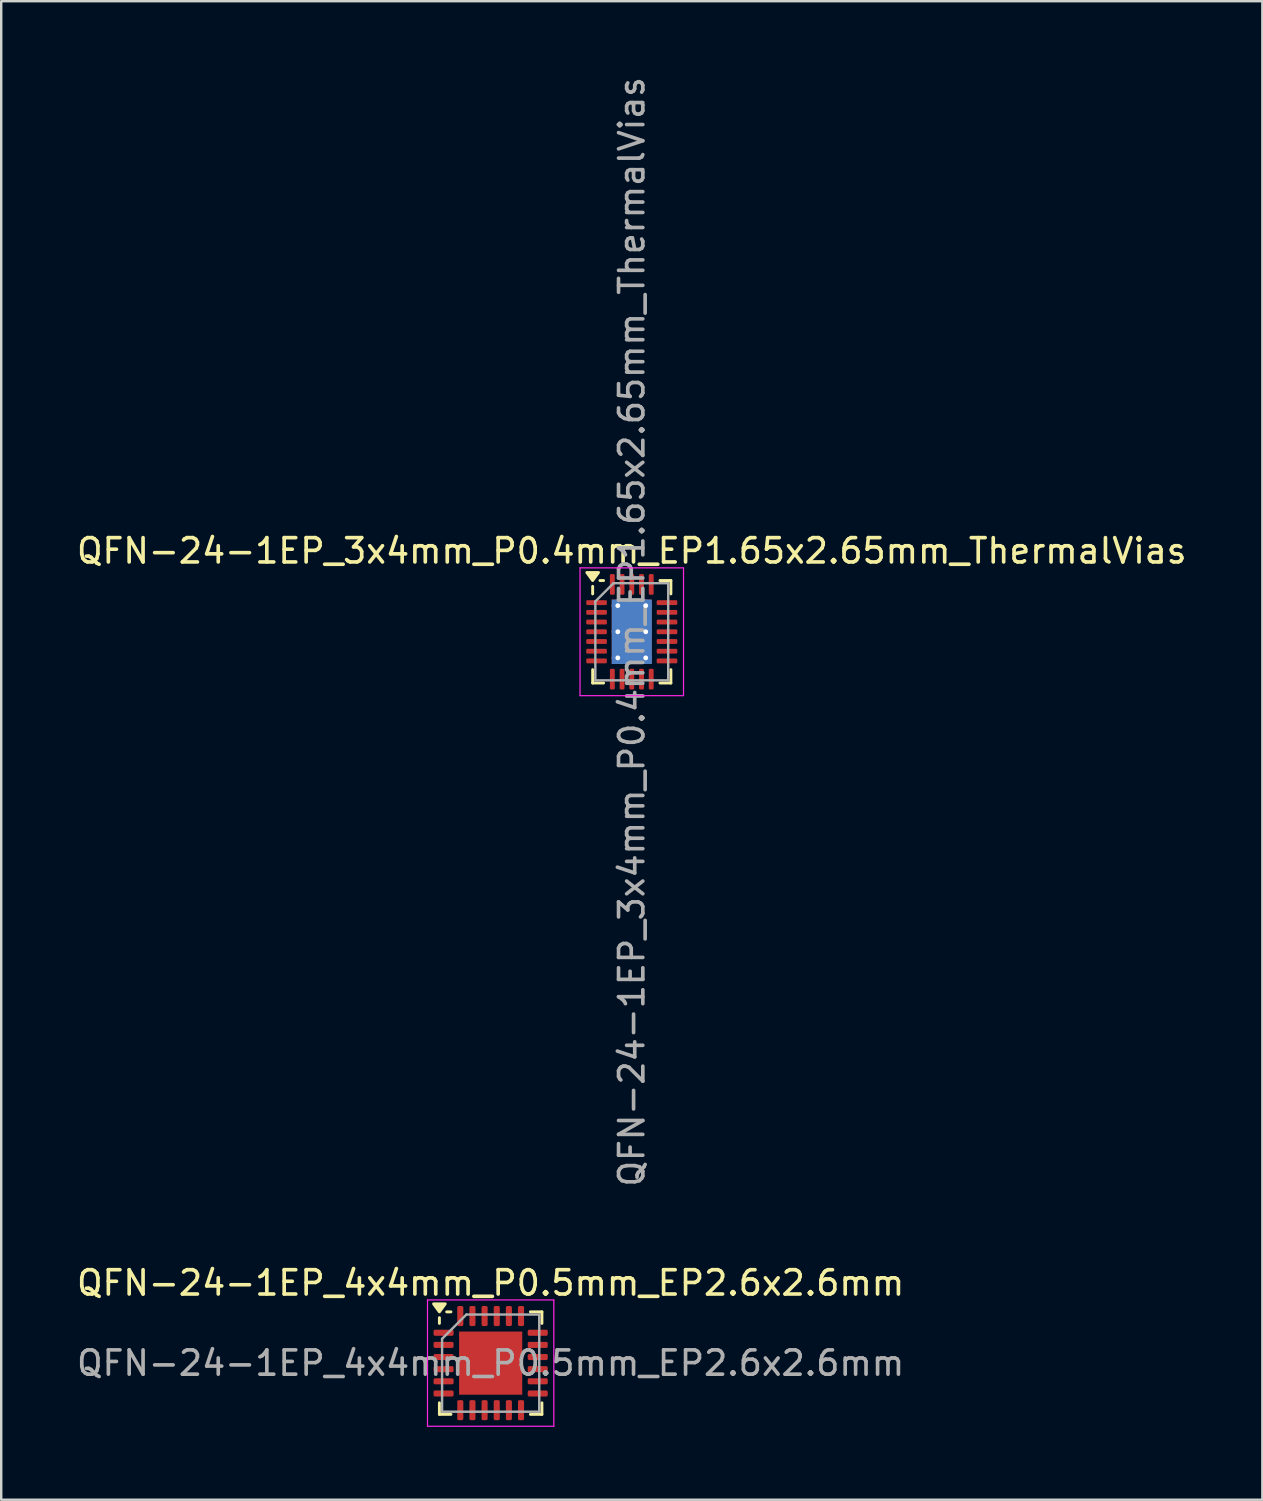
<source format=kicad_pcb>
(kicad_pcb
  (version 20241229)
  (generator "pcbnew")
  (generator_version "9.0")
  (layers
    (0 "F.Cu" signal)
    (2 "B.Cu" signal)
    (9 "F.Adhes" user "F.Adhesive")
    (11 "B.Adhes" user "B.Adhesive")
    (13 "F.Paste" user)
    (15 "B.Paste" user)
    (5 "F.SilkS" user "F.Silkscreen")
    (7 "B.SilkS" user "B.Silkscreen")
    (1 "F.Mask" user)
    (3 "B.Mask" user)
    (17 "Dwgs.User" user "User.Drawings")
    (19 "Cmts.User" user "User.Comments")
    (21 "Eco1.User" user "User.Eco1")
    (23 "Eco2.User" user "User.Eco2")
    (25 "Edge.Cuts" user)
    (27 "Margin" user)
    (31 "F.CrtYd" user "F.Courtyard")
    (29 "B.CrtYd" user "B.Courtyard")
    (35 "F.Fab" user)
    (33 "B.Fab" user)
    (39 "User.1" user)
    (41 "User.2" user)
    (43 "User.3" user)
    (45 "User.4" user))
  (footprint "QFN-24-1EP_3x4mm_P0.4mm_EP1.65x2.65mm_ThermalVias"
    (layer "F.Cu")
    (at 22.958 22.958)
    (property "Reference" "QFN-24-1EP_3x4mm_P0.4mm_EP1.65x2.65mm_ThermalVias" (at 0 -3.33 0) (layer "F.SilkS") (effects (font (size 1 1) (thickness 0.15))))
    (attr smd)
    (fp_line (start -1.61 -1.56) (end -1.61 -1.87) (stroke (width 0.12) (type solid)) (layer "F.SilkS"))
    (fp_line (start -1.61 2.11) (end -1.61 1.56) (stroke (width 0.12) (type solid)) (layer "F.SilkS"))
    (fp_line (start -1.16 -2.11) (end -1.31 -2.11) (stroke (width 0.12) (type solid)) (layer "F.SilkS"))
    (fp_line (start -1.16 2.11) (end -1.61 2.11) (stroke (width 0.12) (type solid)) (layer "F.SilkS"))
    (fp_line (start 1.16 -2.11) (end 1.61 -2.11) (stroke (width 0.12) (type solid)) (layer "F.SilkS"))
    (fp_line (start 1.16 2.11) (end 1.61 2.11) (stroke (width 0.12) (type solid)) (layer "F.SilkS"))
    (fp_line (start 1.61 -2.11) (end 1.61 -1.56) (stroke (width 0.12) (type solid)) (layer "F.SilkS"))
    (fp_line (start 1.61 2.11) (end 1.61 1.56) (stroke (width 0.12) (type solid)) (layer "F.SilkS"))
    (fp_poly (pts (xy -1.61 -2.11) (xy -1.85 -2.44) (xy -1.37 -2.44) (xy -1.61 -2.11)) (stroke (width 0.12) (type solid)) (fill yes) (layer "F.SilkS"))
    (fp_line (start -2.13 -2.63) (end -2.13 2.63) (stroke (width 0.05) (type solid)) (layer "F.CrtYd"))
    (fp_line (start -2.13 2.63) (end 2.13 2.63) (stroke (width 0.05) (type solid)) (layer "F.CrtYd"))
    (fp_line (start 2.13 -2.63) (end -2.13 -2.63) (stroke (width 0.05) (type solid)) (layer "F.CrtYd"))
    (fp_line (start 2.13 2.63) (end 2.13 -2.63) (stroke (width 0.05) (type solid)) (layer "F.CrtYd"))
    (fp_line (start -1.5 -1.25) (end -0.75 -2) (stroke (width 0.1) (type solid)) (layer "F.Fab"))
    (fp_line (start -1.5 2) (end -1.5 -1.25) (stroke (width 0.1) (type solid)) (layer "F.Fab"))
    (fp_line (start -0.75 -2) (end 1.5 -2) (stroke (width 0.1) (type solid)) (layer "F.Fab"))
    (fp_line (start 1.5 -2) (end 1.5 2) (stroke (width 0.1) (type solid)) (layer "F.Fab"))
    (fp_line (start 1.5 2) (end -1.5 2) (stroke (width 0.1) (type solid)) (layer "F.Fab"))
    (fp_text user "${REFERENCE}" (at 0 0 90) (layer "F.Fab") (effects (font (size 1 1) (thickness 0.15))))
    (pad "" smd roundrect (at -0.41 -0.88) (size 0.71 0.76) (layers "F.Paste") (roundrect_rratio 0.25))
    (pad "" smd roundrect (at -0.41 0) (size 0.71 0.76) (layers "F.Paste") (roundrect_rratio 0.25))
    (pad "" smd roundrect (at -0.41 0.88) (size 0.71 0.76) (layers "F.Paste") (roundrect_rratio 0.25))
    (pad "" smd roundrect (at 0.41 -0.88) (size 0.71 0.76) (layers "F.Paste") (roundrect_rratio 0.25))
    (pad "" smd roundrect (at 0.41 0) (size 0.71 0.76) (layers "F.Paste") (roundrect_rratio 0.25))
    (pad "" smd roundrect (at 0.41 0.88) (size 0.71 0.76) (layers "F.Paste") (roundrect_rratio 0.25))
    (pad "1" smd roundrect (at -1.45 -1.2) (size 0.85 0.2) (layers "F.Cu" "F.Mask" "F.Paste") (roundrect_rratio 0.25))
    (pad "2" smd roundrect (at -1.45 -0.8) (size 0.85 0.2) (layers "F.Cu" "F.Mask" "F.Paste") (roundrect_rratio 0.25))
    (pad "3" smd roundrect (at -1.45 -0.4) (size 0.85 0.2) (layers "F.Cu" "F.Mask" "F.Paste") (roundrect_rratio 0.25))
    (pad "4" smd roundrect (at -1.45 0) (size 0.85 0.2) (layers "F.Cu" "F.Mask" "F.Paste") (roundrect_rratio 0.25))
    (pad "5" smd roundrect (at -1.45 0.4) (size 0.85 0.2) (layers "F.Cu" "F.Mask" "F.Paste") (roundrect_rratio 0.25))
    (pad "6" smd roundrect (at -1.45 0.8) (size 0.85 0.2) (layers "F.Cu" "F.Mask" "F.Paste") (roundrect_rratio 0.25))
    (pad "7" smd roundrect (at -1.45 1.2) (size 0.85 0.2) (layers "F.Cu" "F.Mask" "F.Paste") (roundrect_rratio 0.25))
    (pad "8" smd roundrect (at -0.8 1.95) (size 0.2 0.85) (layers "F.Cu" "F.Mask" "F.Paste") (roundrect_rratio 0.25))
    (pad "9" smd roundrect (at -0.4 1.95) (size 0.2 0.85) (layers "F.Cu" "F.Mask" "F.Paste") (roundrect_rratio 0.25))
    (pad "10" smd roundrect (at 0 1.95) (size 0.2 0.85) (layers "F.Cu" "F.Mask" "F.Paste") (roundrect_rratio 0.25))
    (pad "11" smd roundrect (at 0.4 1.95) (size 0.2 0.85) (layers "F.Cu" "F.Mask" "F.Paste") (roundrect_rratio 0.25))
    (pad "12" smd roundrect (at 0.8 1.95) (size 0.2 0.85) (layers "F.Cu" "F.Mask" "F.Paste") (roundrect_rratio 0.25))
    (pad "13" smd roundrect (at 1.45 1.2) (size 0.85 0.2) (layers "F.Cu" "F.Mask" "F.Paste") (roundrect_rratio 0.25))
    (pad "14" smd roundrect (at 1.45 0.8) (size 0.85 0.2) (layers "F.Cu" "F.Mask" "F.Paste") (roundrect_rratio 0.25))
    (pad "15" smd roundrect (at 1.45 0.4) (size 0.85 0.2) (layers "F.Cu" "F.Mask" "F.Paste") (roundrect_rratio 0.25))
    (pad "16" smd roundrect (at 1.45 0) (size 0.85 0.2) (layers "F.Cu" "F.Mask" "F.Paste") (roundrect_rratio 0.25))
    (pad "17" smd roundrect (at 1.45 -0.4) (size 0.85 0.2) (layers "F.Cu" "F.Mask" "F.Paste") (roundrect_rratio 0.25))
    (pad "18" smd roundrect (at 1.45 -0.8) (size 0.85 0.2) (layers "F.Cu" "F.Mask" "F.Paste") (roundrect_rratio 0.25))
    (pad "19" smd roundrect (at 1.45 -1.2) (size 0.85 0.2) (layers "F.Cu" "F.Mask" "F.Paste") (roundrect_rratio 0.25))
    (pad "20" smd roundrect (at 0.8 -1.95) (size 0.2 0.85) (layers "F.Cu" "F.Mask" "F.Paste") (roundrect_rratio 0.25))
    (pad "21" smd roundrect (at 0.4 -1.95) (size 0.2 0.85) (layers "F.Cu" "F.Mask" "F.Paste") (roundrect_rratio 0.25))
    (pad "22" smd roundrect (at 0 -1.95) (size 0.2 0.85) (layers "F.Cu" "F.Mask" "F.Paste") (roundrect_rratio 0.25))
    (pad "23" smd roundrect (at -0.4 -1.95) (size 0.2 0.85) (layers "F.Cu" "F.Mask" "F.Paste") (roundrect_rratio 0.25))
    (pad "24" smd roundrect (at -0.8 -1.95) (size 0.2 0.85) (layers "F.Cu" "F.Mask" "F.Paste") (roundrect_rratio 0.25))
    (pad "25" thru_hole circle (at -0.575 -1.075) (size 0.5 0.5) (drill 0.2) (property pad_prop_heatsink) (layers "*.Cu"))
    (pad "25" thru_hole circle (at -0.575 0) (size 0.5 0.5) (drill 0.2) (property pad_prop_heatsink) (layers "*.Cu"))
    (pad "25" thru_hole circle (at -0.575 1.075) (size 0.5 0.5) (drill 0.2) (property pad_prop_heatsink) (layers "*.Cu"))
    (pad "25" smd rect (at 0 0) (size 1.65 2.65) (property pad_prop_heatsink) (layers "F.Cu" "F.Mask"))
    (pad "25" smd rect (at 0 0) (size 1.65 2.65) (property pad_prop_heatsink) (layers "B.Cu"))
    (pad "25" thru_hole circle (at 0.575 -1.075) (size 0.5 0.5) (drill 0.2) (property pad_prop_heatsink) (layers "*.Cu"))
    (pad "25" thru_hole circle (at 0.575 0) (size 0.5 0.5) (drill 0.2) (property pad_prop_heatsink) (layers "*.Cu"))
    (pad "25" thru_hole circle (at 0.575 1.075) (size 0.5 0.5) (drill 0.2) (property pad_prop_heatsink) (layers "*.Cu")))
  (footprint "QFN-24-1EP_4x4mm_P0.5mm_EP2.6x2.6mm"
    (layer "F.Cu")
    (at 17.149 53.065)
    (property "Reference" "QFN-24-1EP_4x4mm_P0.5mm_EP2.6x2.6mm" (at 0 -3.3 0) (layer "F.SilkS") (effects (font (size 1 1) (thickness 0.15))))
    (attr smd)
    (fp_line (start -2.11 -1.635) (end -2.11 -1.87) (stroke (width 0.12) (type solid)) (layer "F.SilkS"))
    (fp_line (start -2.11 2.11) (end -2.11 1.635) (stroke (width 0.12) (type solid)) (layer "F.SilkS"))
    (fp_line (start -1.635 -2.11) (end -1.81 -2.11) (stroke (width 0.12) (type solid)) (layer "F.SilkS"))
    (fp_line (start -1.635 2.11) (end -2.11 2.11) (stroke (width 0.12) (type solid)) (layer "F.SilkS"))
    (fp_line (start 1.635 -2.11) (end 2.11 -2.11) (stroke (width 0.12) (type solid)) (layer "F.SilkS"))
    (fp_line (start 1.635 2.11) (end 2.11 2.11) (stroke (width 0.12) (type solid)) (layer "F.SilkS"))
    (fp_line (start 2.11 -2.11) (end 2.11 -1.635) (stroke (width 0.12) (type solid)) (layer "F.SilkS"))
    (fp_line (start 2.11 2.11) (end 2.11 1.635) (stroke (width 0.12) (type solid)) (layer "F.SilkS"))
    (fp_poly (pts (xy -2.11 -2.11) (xy -2.35 -2.44) (xy -1.87 -2.44) (xy -2.11 -2.11)) (stroke (width 0.12) (type solid)) (fill yes) (layer "F.SilkS"))
    (fp_line (start -2.6 -2.6) (end -2.6 2.6) (stroke (width 0.05) (type solid)) (layer "F.CrtYd"))
    (fp_line (start -2.6 2.6) (end 2.6 2.6) (stroke (width 0.05) (type solid)) (layer "F.CrtYd"))
    (fp_line (start 2.6 -2.6) (end -2.6 -2.6) (stroke (width 0.05) (type solid)) (layer "F.CrtYd"))
    (fp_line (start 2.6 2.6) (end 2.6 -2.6) (stroke (width 0.05) (type solid)) (layer "F.CrtYd"))
    (fp_line (start -2 -1) (end -1 -2) (stroke (width 0.1) (type solid)) (layer "F.Fab"))
    (fp_line (start -2 2) (end -2 -1) (stroke (width 0.1) (type solid)) (layer "F.Fab"))
    (fp_line (start -1 -2) (end 2 -2) (stroke (width 0.1) (type solid)) (layer "F.Fab"))
    (fp_line (start 2 -2) (end 2 2) (stroke (width 0.1) (type solid)) (layer "F.Fab"))
    (fp_line (start 2 2) (end -2 2) (stroke (width 0.1) (type solid)) (layer "F.Fab"))
    (fp_text user "${REFERENCE}" (at 0 0 0) (layer "F.Fab") (effects (font (size 1 1) (thickness 0.15))))
    (pad "" smd roundrect (at -0.65 -0.65) (size 1.05 1.05) (layers "F.Paste") (roundrect_rratio 0.238))
    (pad "" smd roundrect (at -0.65 0.65) (size 1.05 1.05) (layers "F.Paste") (roundrect_rratio 0.238))
    (pad "" smd roundrect (at 0.65 -0.65) (size 1.05 1.05) (layers "F.Paste") (roundrect_rratio 0.238))
    (pad "" smd roundrect (at 0.65 0.65) (size 1.05 1.05) (layers "F.Paste") (roundrect_rratio 0.238))
    (pad "1" smd roundrect (at -1.938 -1.25) (size 0.825 0.25) (layers "F.Cu" "F.Mask" "F.Paste") (roundrect_rratio 0.25))
    (pad "2" smd roundrect (at -1.938 -0.75) (size 0.825 0.25) (layers "F.Cu" "F.Mask" "F.Paste") (roundrect_rratio 0.25))
    (pad "3" smd roundrect (at -1.938 -0.25) (size 0.825 0.25) (layers "F.Cu" "F.Mask" "F.Paste") (roundrect_rratio 0.25))
    (pad "4" smd roundrect (at -1.938 0.25) (size 0.825 0.25) (layers "F.Cu" "F.Mask" "F.Paste") (roundrect_rratio 0.25))
    (pad "5" smd roundrect (at -1.938 0.75) (size 0.825 0.25) (layers "F.Cu" "F.Mask" "F.Paste") (roundrect_rratio 0.25))
    (pad "6" smd roundrect (at -1.938 1.25) (size 0.825 0.25) (layers "F.Cu" "F.Mask" "F.Paste") (roundrect_rratio 0.25))
    (pad "7" smd roundrect (at -1.25 1.938) (size 0.25 0.825) (layers "F.Cu" "F.Mask" "F.Paste") (roundrect_rratio 0.25))
    (pad "8" smd roundrect (at -0.75 1.938) (size 0.25 0.825) (layers "F.Cu" "F.Mask" "F.Paste") (roundrect_rratio 0.25))
    (pad "9" smd roundrect (at -0.25 1.938) (size 0.25 0.825) (layers "F.Cu" "F.Mask" "F.Paste") (roundrect_rratio 0.25))
    (pad "10" smd roundrect (at 0.25 1.938) (size 0.25 0.825) (layers "F.Cu" "F.Mask" "F.Paste") (roundrect_rratio 0.25))
    (pad "11" smd roundrect (at 0.75 1.938) (size 0.25 0.825) (layers "F.Cu" "F.Mask" "F.Paste") (roundrect_rratio 0.25))
    (pad "12" smd roundrect (at 1.25 1.938) (size 0.25 0.825) (layers "F.Cu" "F.Mask" "F.Paste") (roundrect_rratio 0.25))
    (pad "13" smd roundrect (at 1.938 1.25) (size 0.825 0.25) (layers "F.Cu" "F.Mask" "F.Paste") (roundrect_rratio 0.25))
    (pad "14" smd roundrect (at 1.938 0.75) (size 0.825 0.25) (layers "F.Cu" "F.Mask" "F.Paste") (roundrect_rratio 0.25))
    (pad "15" smd roundrect (at 1.938 0.25) (size 0.825 0.25) (layers "F.Cu" "F.Mask" "F.Paste") (roundrect_rratio 0.25))
    (pad "16" smd roundrect (at 1.938 -0.25) (size 0.825 0.25) (layers "F.Cu" "F.Mask" "F.Paste") (roundrect_rratio 0.25))
    (pad "17" smd roundrect (at 1.938 -0.75) (size 0.825 0.25) (layers "F.Cu" "F.Mask" "F.Paste") (roundrect_rratio 0.25))
    (pad "18" smd roundrect (at 1.938 -1.25) (size 0.825 0.25) (layers "F.Cu" "F.Mask" "F.Paste") (roundrect_rratio 0.25))
    (pad "19" smd roundrect (at 1.25 -1.938) (size 0.25 0.825) (layers "F.Cu" "F.Mask" "F.Paste") (roundrect_rratio 0.25))
    (pad "20" smd roundrect (at 0.75 -1.938) (size 0.25 0.825) (layers "F.Cu" "F.Mask" "F.Paste") (roundrect_rratio 0.25))
    (pad "21" smd roundrect (at 0.25 -1.938) (size 0.25 0.825) (layers "F.Cu" "F.Mask" "F.Paste") (roundrect_rratio 0.25))
    (pad "22" smd roundrect (at -0.25 -1.938) (size 0.25 0.825) (layers "F.Cu" "F.Mask" "F.Paste") (roundrect_rratio 0.25))
    (pad "23" smd roundrect (at -0.75 -1.938) (size 0.25 0.825) (layers "F.Cu" "F.Mask" "F.Paste") (roundrect_rratio 0.25))
    (pad "24" smd roundrect (at -1.25 -1.938) (size 0.25 0.825) (layers "F.Cu" "F.Mask" "F.Paste") (roundrect_rratio 0.25))
    (pad "25" smd rect (at 0 0) (size 2.6 2.6) (property pad_prop_heatsink) (layers "F.Cu" "F.Mask")))
  (gr_rect
    (start -3 -3)
    (end 48.917 58.69)
    (stroke (width 0.1) (type default))
    (fill no)
    (layer "Edge.Cuts")))
</source>
